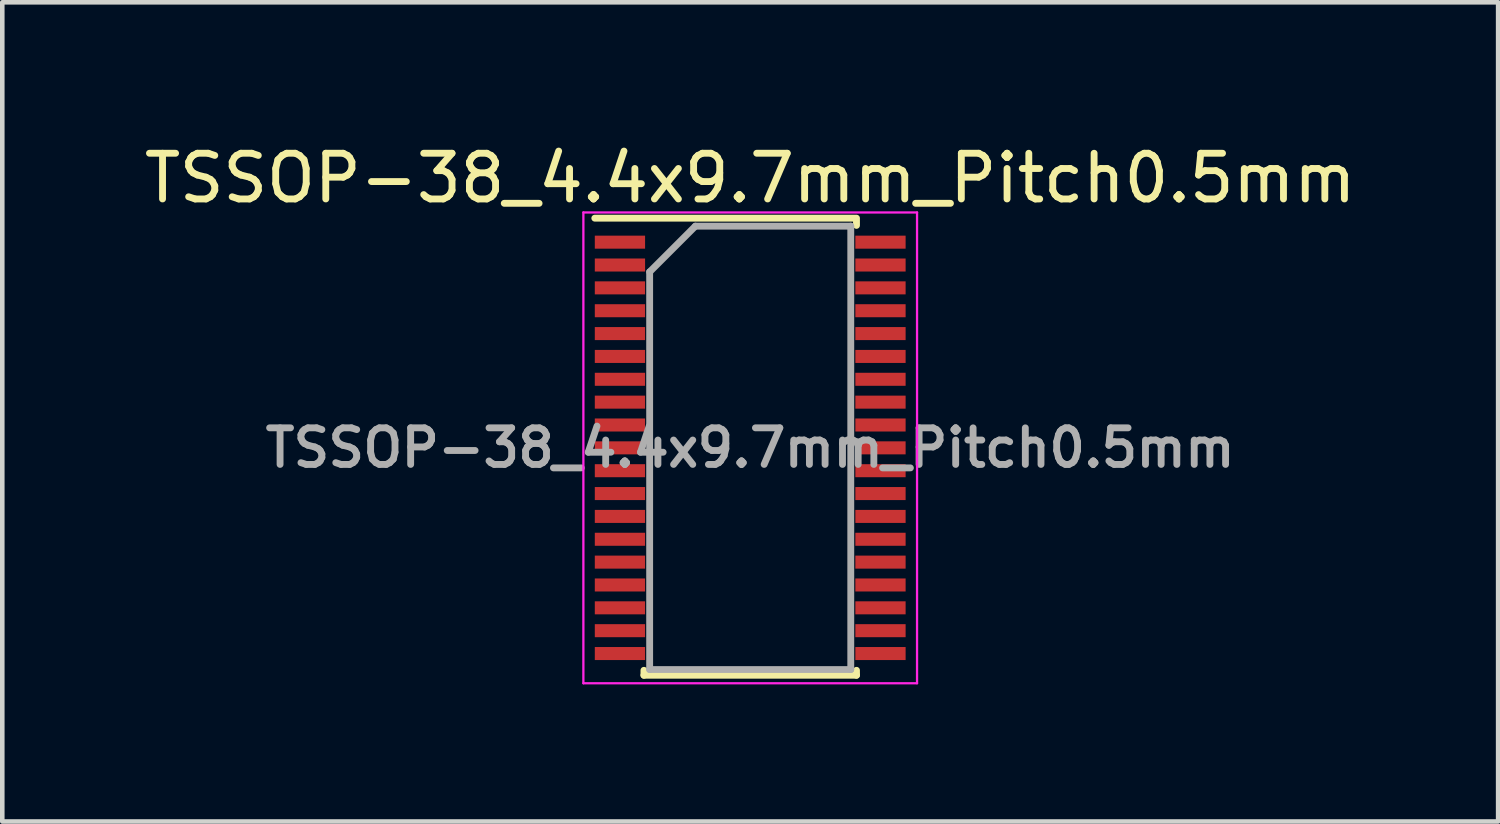
<source format=kicad_pcb>
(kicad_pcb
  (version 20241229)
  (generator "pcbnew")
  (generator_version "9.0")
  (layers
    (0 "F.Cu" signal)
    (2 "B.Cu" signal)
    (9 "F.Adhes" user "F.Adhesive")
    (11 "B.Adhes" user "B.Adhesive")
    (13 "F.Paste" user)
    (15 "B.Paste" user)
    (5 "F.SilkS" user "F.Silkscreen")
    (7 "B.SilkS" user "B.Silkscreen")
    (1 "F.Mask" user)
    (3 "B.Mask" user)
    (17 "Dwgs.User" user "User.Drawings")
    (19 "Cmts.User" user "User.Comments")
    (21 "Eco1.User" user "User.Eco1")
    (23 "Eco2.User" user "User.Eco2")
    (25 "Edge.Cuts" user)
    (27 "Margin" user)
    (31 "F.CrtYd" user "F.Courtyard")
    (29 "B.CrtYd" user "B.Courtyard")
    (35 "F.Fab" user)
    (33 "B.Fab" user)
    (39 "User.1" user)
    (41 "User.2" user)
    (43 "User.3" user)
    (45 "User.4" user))
  (footprint "TSSOP-38_4.4x9.7mm_Pitch0.5mm"
    (layer "F.Cu")
    (at 13.363 6.748)
    (property "Reference" "TSSOP-38_4.4x9.7mm_Pitch0.5mm" (at 0 -5.9 0) (layer "F.SilkS") (effects (font (size 1 1) (thickness 0.15))))
    (attr smd)
    (fp_line (start -3.4 -5.025) (end 2.325 -5.025) (stroke (width 0.15) (type solid)) (layer "F.SilkS"))
    (fp_line (start -2.325 4.975) (end -2.325 4.867) (stroke (width 0.15) (type solid)) (layer "F.SilkS"))
    (fp_line (start -2.325 4.975) (end 2.325 4.975) (stroke (width 0.15) (type solid)) (layer "F.SilkS"))
    (fp_line (start 2.325 -4.975) (end 2.325 -4.867) (stroke (width 0.15) (type solid)) (layer "F.SilkS"))
    (fp_line (start 2.325 4.975) (end 2.325 4.867) (stroke (width 0.15) (type solid)) (layer "F.SilkS"))
    (fp_line (start -3.65 -5.15) (end -3.65 5.15) (stroke (width 0.05) (type solid)) (layer "F.CrtYd"))
    (fp_line (start -3.65 -5.15) (end 3.65 -5.15) (stroke (width 0.05) (type solid)) (layer "F.CrtYd"))
    (fp_line (start -3.65 5.15) (end 3.65 5.15) (stroke (width 0.05) (type solid)) (layer "F.CrtYd"))
    (fp_line (start 3.65 -5.15) (end 3.65 5.15) (stroke (width 0.05) (type solid)) (layer "F.CrtYd"))
    (fp_line (start -2.2 -3.85) (end -1.2 -4.85) (stroke (width 0.15) (type solid)) (layer "F.Fab"))
    (fp_line (start -2.2 4.85) (end -2.2 -3.85) (stroke (width 0.15) (type solid)) (layer "F.Fab"))
    (fp_line (start -1.2 -4.85) (end 2.2 -4.85) (stroke (width 0.15) (type solid)) (layer "F.Fab"))
    (fp_line (start 2.2 -4.85) (end 2.2 4.85) (stroke (width 0.15) (type solid)) (layer "F.Fab"))
    (fp_line (start 2.2 4.85) (end -2.2 4.85) (stroke (width 0.15) (type solid)) (layer "F.Fab"))
    (fp_text user "${REFERENCE}" (at 0 0 0) (layer "F.Fab") (effects (font (size 0.8 0.8) (thickness 0.15))))
    (pad "1" smd rect (at -2.85 -4.5) (size 1.1 0.285) (layers "F.Cu" "F.Mask" "F.Paste"))
    (pad "2" smd rect (at -2.85 -4) (size 1.1 0.285) (layers "F.Cu" "F.Mask" "F.Paste"))
    (pad "3" smd rect (at -2.85 -3.5) (size 1.1 0.285) (layers "F.Cu" "F.Mask" "F.Paste"))
    (pad "4" smd rect (at -2.85 -3) (size 1.1 0.285) (layers "F.Cu" "F.Mask" "F.Paste"))
    (pad "5" smd rect (at -2.85 -2.5) (size 1.1 0.285) (layers "F.Cu" "F.Mask" "F.Paste"))
    (pad "6" smd rect (at -2.85 -2) (size 1.1 0.285) (layers "F.Cu" "F.Mask" "F.Paste"))
    (pad "7" smd rect (at -2.85 -1.5) (size 1.1 0.285) (layers "F.Cu" "F.Mask" "F.Paste"))
    (pad "8" smd rect (at -2.85 -1) (size 1.1 0.285) (layers "F.Cu" "F.Mask" "F.Paste"))
    (pad "9" smd rect (at -2.85 -0.5) (size 1.1 0.285) (layers "F.Cu" "F.Mask" "F.Paste"))
    (pad "10" smd rect (at -2.85 0) (size 1.1 0.285) (layers "F.Cu" "F.Mask" "F.Paste"))
    (pad "11" smd rect (at -2.85 0.5) (size 1.1 0.285) (layers "F.Cu" "F.Mask" "F.Paste"))
    (pad "12" smd rect (at -2.85 1) (size 1.1 0.285) (layers "F.Cu" "F.Mask" "F.Paste"))
    (pad "13" smd rect (at -2.85 1.5) (size 1.1 0.285) (layers "F.Cu" "F.Mask" "F.Paste"))
    (pad "14" smd rect (at -2.85 2) (size 1.1 0.285) (layers "F.Cu" "F.Mask" "F.Paste"))
    (pad "15" smd rect (at -2.85 2.5) (size 1.1 0.285) (layers "F.Cu" "F.Mask" "F.Paste"))
    (pad "16" smd rect (at -2.85 3) (size 1.1 0.285) (layers "F.Cu" "F.Mask" "F.Paste"))
    (pad "17" smd rect (at -2.85 3.5) (size 1.1 0.285) (layers "F.Cu" "F.Mask" "F.Paste"))
    (pad "18" smd rect (at -2.85 4) (size 1.1 0.285) (layers "F.Cu" "F.Mask" "F.Paste"))
    (pad "19" smd rect (at -2.85 4.5) (size 1.1 0.285) (layers "F.Cu" "F.Mask" "F.Paste"))
    (pad "20" smd rect (at 2.85 4.5) (size 1.1 0.285) (layers "F.Cu" "F.Mask" "F.Paste"))
    (pad "21" smd rect (at 2.85 4) (size 1.1 0.285) (layers "F.Cu" "F.Mask" "F.Paste"))
    (pad "22" smd rect (at 2.85 3.5) (size 1.1 0.285) (layers "F.Cu" "F.Mask" "F.Paste"))
    (pad "23" smd rect (at 2.85 3) (size 1.1 0.285) (layers "F.Cu" "F.Mask" "F.Paste"))
    (pad "24" smd rect (at 2.85 2.5) (size 1.1 0.285) (layers "F.Cu" "F.Mask" "F.Paste"))
    (pad "25" smd rect (at 2.85 2) (size 1.1 0.285) (layers "F.Cu" "F.Mask" "F.Paste"))
    (pad "26" smd rect (at 2.85 1.5) (size 1.1 0.285) (layers "F.Cu" "F.Mask" "F.Paste"))
    (pad "27" smd rect (at 2.85 1) (size 1.1 0.285) (layers "F.Cu" "F.Mask" "F.Paste"))
    (pad "28" smd rect (at 2.85 0.5) (size 1.1 0.285) (layers "F.Cu" "F.Mask" "F.Paste"))
    (pad "29" smd rect (at 2.85 0) (size 1.1 0.285) (layers "F.Cu" "F.Mask" "F.Paste"))
    (pad "30" smd rect (at 2.85 -0.5) (size 1.1 0.285) (layers "F.Cu" "F.Mask" "F.Paste"))
    (pad "31" smd rect (at 2.85 -1) (size 1.1 0.285) (layers "F.Cu" "F.Mask" "F.Paste"))
    (pad "32" smd rect (at 2.85 -1.5) (size 1.1 0.285) (layers "F.Cu" "F.Mask" "F.Paste"))
    (pad "33" smd rect (at 2.85 -2) (size 1.1 0.285) (layers "F.Cu" "F.Mask" "F.Paste"))
    (pad "34" smd rect (at 2.85 -2.5) (size 1.1 0.285) (layers "F.Cu" "F.Mask" "F.Paste"))
    (pad "35" smd rect (at 2.85 -3) (size 1.1 0.285) (layers "F.Cu" "F.Mask" "F.Paste"))
    (pad "36" smd rect (at 2.85 -3.5) (size 1.1 0.285) (layers "F.Cu" "F.Mask" "F.Paste"))
    (pad "37" smd rect (at 2.85 -4) (size 1.1 0.285) (layers "F.Cu" "F.Mask" "F.Paste"))
    (pad "38" smd rect (at 2.85 -4.5) (size 1.1 0.285) (layers "F.Cu" "F.Mask" "F.Paste")))
  (gr_rect
    (start -3 -3)
    (end 29.726 14.923)
    (stroke (width 0.1) (type default))
    (fill no)
    (layer "Edge.Cuts")))
</source>
